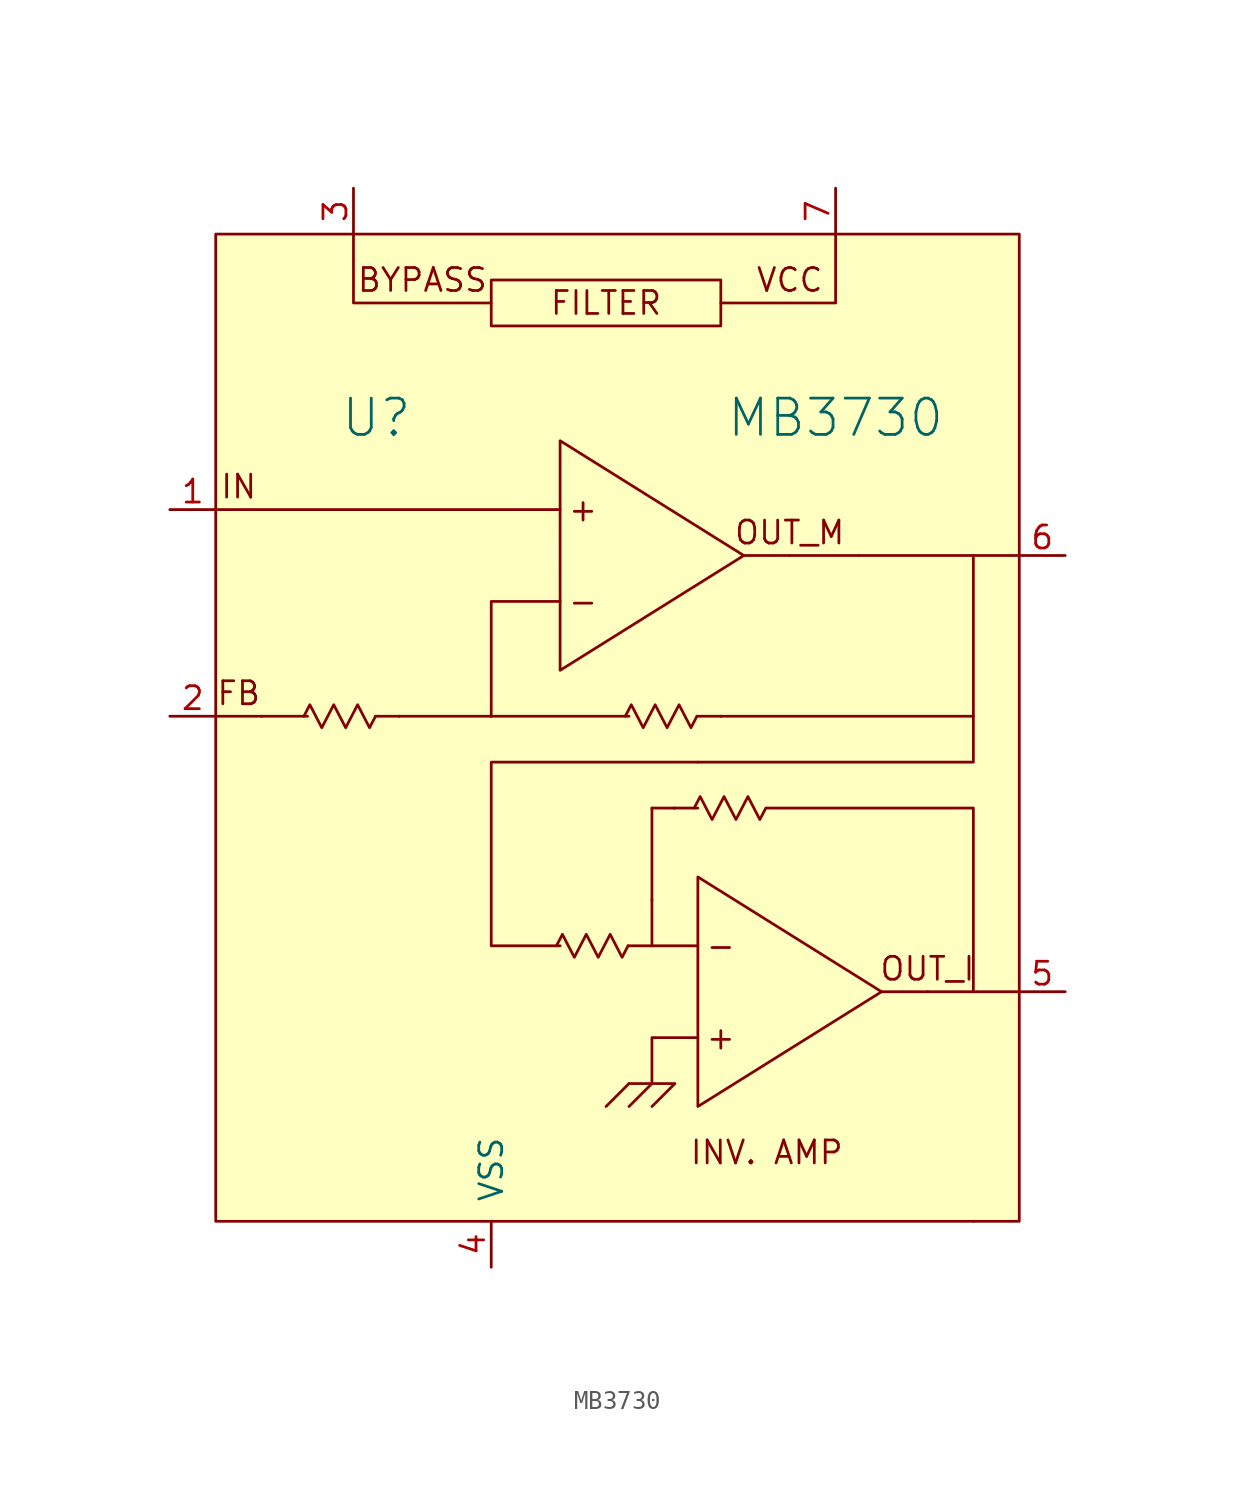
<source format=kicad_sym>
(kicad_symbol_lib
  (version 20211014)
  (generator kicad_symbol_editor)
  (symbol "MB3730"
    (pin_names
      (offset 1.016))
    (property "Reference" "U"
      (at -12.7 17.78 0)
      (effects (font (size 2.007 2.007))))
    (property "Value" "MB3730"
      (at 12.7 17.78 0)
      (effects (font (size 2.007 2.007))))
    (symbol "MB3730_0_0"
      (rectangle (start -6.35 25.4) (end 6.35 22.86) (stroke (width 0) (type default) (color 0 0 0 0)) (fill (type none)))
      (polyline (pts (xy -2.54 12.7) (xy -21.59 12.7)) (stroke (width 0) (type default) (color 0 0 0 0)) (fill (type none)))
      (polyline (pts (xy 1.27 -20.32) (xy 2.54 -19.05)) (stroke (width 0) (type default) (color 0 0 0 0)) (fill (type none)))
      (polyline (pts (xy 1.27 -19.05) (xy 0 -20.32)) (stroke (width 0) (type default) (color 0 0 0 0)) (fill (type none)))
      (polyline (pts (xy 2.54 -11.43) (xy 5.08 -11.43)) (stroke (width 0) (type default) (color 0 0 0 0)) (fill (type none)))
      (polyline (pts (xy 2.54 -8.89) (xy 2.54 -11.43)) (stroke (width 0) (type default) (color 0 0 0 0)) (fill (type none)))
      (polyline (pts (xy 2.54 -8.89) (xy 2.54 -3.81)) (stroke (width 0) (type default) (color 0 0 0 0)) (fill (type none)))
      (polyline (pts (xy 3.81 -3.81) (xy 2.54 -3.81)) (stroke (width 0) (type default) (color 0 0 0 0)) (fill (type none)))
      (polyline (pts (xy 10.16 10.16) (xy 7.62 10.16)) (stroke (width 0) (type default) (color 0 0 0 0)) (fill (type none)))
      (polyline (pts (xy 13.97 10.16) (xy 10.16 10.16)) (stroke (width 0) (type default) (color 0 0 0 0)) (fill (type none)))
      (polyline (pts (xy 17.78 -13.97) (xy 15.24 -13.97)) (stroke (width 0) (type default) (color 0 0 0 0)) (fill (type none)))
      (polyline (pts (xy 20.32 -13.97) (xy 22.86 -13.97)) (stroke (width 0) (type default) (color 0 0 0 0)) (fill (type none)))
      (polyline (pts (xy 20.32 1.27) (xy 20.32 10.16)) (stroke (width 0) (type default) (color 0 0 0 0)) (fill (type none)))
      (polyline (pts (xy 20.32 10.16) (xy 13.97 10.16)) (stroke (width 0) (type default) (color 0 0 0 0)) (fill (type none)))
      (polyline (pts (xy 20.32 10.16) (xy 22.86 10.16)) (stroke (width 0) (type default) (color 0 0 0 0)) (fill (type none)))
      (polyline (pts (xy -6.35 24.13) (xy -13.97 24.13) (xy -13.97 27.94)) (stroke (width 0) (type default) (color 0 0 0 0)) (fill (type none)))
      (polyline (pts (xy 12.7 27.94) (xy 12.7 24.13) (xy 6.35 24.13)) (stroke (width 0) (type default) (color 0 0 0 0)) (fill (type none)))
      (polyline (pts (xy -13.97 27.94) (xy -21.59 27.94) (xy -21.59 -26.67) (xy 20.32 -26.67)) (stroke (width 0) (type default) (color 0 0 0 0)) (fill (type background)))
      (polyline (pts (xy 5.08 -1.27) (xy -6.35 -1.27) (xy -6.35 -11.43) (xy -2.54 -11.43)) (stroke (width 0) (type default) (color 0 0 0 0)) (fill (type none)))
      (polyline (pts (xy 5.08 -1.27) (xy 20.32 -1.27) (xy 20.32 1.27) (xy 6.35 1.27)) (stroke (width 0) (type default) (color 0 0 0 0)) (fill (type none)))
      (polyline (pts (xy 8.89 -3.81) (xy 20.32 -3.81) (xy 20.32 -13.97) (xy 17.78 -13.97)) (stroke (width 0) (type default) (color 0 0 0 0)) (fill (type none)))
      (polyline (pts (xy 20.32 -26.67) (xy 22.86 -26.67) (xy 22.86 27.94) (xy -13.97 27.94)) (stroke (width 0) (type default) (color 0 0 0 0)) (fill (type background)))
      (polyline (pts (xy 5.08 -16.51) (xy 2.54 -16.51) (xy 2.54 -19.05) (xy 1.27 -19.05) (xy 2.54 -19.05) (xy 3.81 -19.05) (xy 2.54 -20.32)) (stroke (width 0) (type default) (color 0 0 0 0)) (fill (type none)))
      (text "+" (at -1.27 12.7 0) (effects (font (size 1.27 1.27))))
      (text "+" (at 6.35 -16.51 0) (effects (font (size 1.27 1.27))))
      (text "-" (at -1.27 7.62 0) (effects (font (size 1.27 1.27))))
      (text "-" (at 6.35 -11.43 0) (effects (font (size 1.27 1.27))))
      (text "BYPASS" (at -10.16 25.4 0) (effects (font (size 1.27 1.27))))
      (text "FB" (at -20.32 2.54 0) (effects (font (size 1.27 1.27))))
      (text "FILTER" (at 0 24.13 0) (effects (font (size 1.27 1.27))))
      (text "IN" (at -20.32 13.97 0) (effects (font (size 1.27 1.27))))
      (text "INV. AMP" (at 8.89 -22.86 0) (effects (font (size 1.27 1.27))))
      (text "OUT_I" (at 17.78 -12.7 0) (effects (font (size 1.27 1.27))))
      (text "OUT_M" (at 10.16 11.43 0) (effects (font (size 1.27 1.27))))
      (text "VCC" (at 10.16 25.4 0) (effects (font (size 1.27 1.27)))))
    (symbol "MB3730_0_1"
      (polyline (pts (xy -21.59 1.27) (xy -19.05 1.27)) (stroke (width 0) (type default) (color 0 0 0 0)) (fill (type none)))
      (polyline (pts (xy -16.51 1.27) (xy -19.05 1.27)) (stroke (width 0) (type default) (color 0 0 0 0)) (fill (type none)))
      (polyline (pts (xy -6.35 1.27) (xy -11.43 1.27)) (stroke (width 0) (type default) (color 0 0 0 0)) (fill (type none)))
      (polyline (pts (xy -6.35 1.27) (xy 1.27 1.27)) (stroke (width 0) (type default) (color 0 0 0 0)) (fill (type none)))
      (polyline (pts (xy -2.54 7.62) (xy -6.35 7.62) (xy -6.35 1.27)) (stroke (width 0) (type default) (color 0 0 0 0)) (fill (type none))))
    (symbol "MB3730_1_1"
      (polyline (pts (xy -12.751 1.27) (xy -11.43 1.27)) (stroke (width 0) (type default) (color 0 0 0 0)) (fill (type none)))
      (polyline (pts (xy 1.219 -11.43) (xy 2.54 -11.43)) (stroke (width 0) (type default) (color 0 0 0 0)) (fill (type none)))
      (polyline (pts (xy 3.759 -3.81) (xy 5.08 -3.81)) (stroke (width 0) (type default) (color 0 0 0 0)) (fill (type none)))
      (polyline (pts (xy 5.029 1.27) (xy 6.35 1.27)) (stroke (width 0) (type default) (color 0 0 0 0)) (fill (type none)))
      (polyline (pts (xy 7.62 10.16) (xy -2.54 3.81) (xy -2.54 16.51) (xy 7.62 10.16)) (stroke (width 0) (type default) (color 0 0 0 0)) (fill (type none)))
      (polyline (pts (xy 15.24 -13.97) (xy 5.08 -20.32) (xy 5.08 -7.62) (xy 15.24 -13.97)) (stroke (width 0) (type default) (color 0 0 0 0)) (fill (type background)))
      (polyline (pts (xy -16.713 1.27) (xy -16.383 1.905) (xy -15.723 0.635) (xy -15.062 1.905) (xy -14.402 0.635) (xy -13.741 1.905) (xy -13.081 0.635) (xy -12.751 1.27)) (stroke (width 0) (type default) (color 0 0 0 0)) (fill (type none)))
      (polyline (pts (xy -2.743 -11.43) (xy -2.413 -10.795) (xy -1.753 -12.065) (xy -1.092 -10.795) (xy -0.432 -12.065) (xy 0.229 -10.795) (xy 0.889 -12.065) (xy 1.219 -11.43)) (stroke (width 0) (type default) (color 0 0 0 0)) (fill (type none)))
      (polyline (pts (xy 1.067 1.27) (xy 1.397 1.905) (xy 2.057 0.635) (xy 2.718 1.905) (xy 3.378 0.635) (xy 4.039 1.905) (xy 4.699 0.635) (xy 5.029 1.27)) (stroke (width 0) (type default) (color 0 0 0 0)) (fill (type none)))
      (polyline (pts (xy 4.877 -3.81) (xy 5.207 -3.175) (xy 5.867 -4.445) (xy 6.528 -3.175) (xy 7.188 -4.445) (xy 7.849 -3.175) (xy 8.509 -4.445) (xy 8.839 -3.81)) (stroke (width 0) (type default) (color 0 0 0 0)) (fill (type none)))
      (pin input line (at -24.13 12.7 0) (length 2.54) (name "~" (effects (font (size 1.27 1.27)))) (number "1" (effects (font (size 1.27 1.27)))))
      (pin input line (at -24.13 1.27 0) (length 2.54) (name "~" (effects (font (size 1.27 1.27)))) (number "2" (effects (font (size 1.27 1.27)))))
      (pin input line (at -13.97 30.48 270) (length 2.54) (name "~" (effects (font (size 1.27 1.27)))) (number "3" (effects (font (size 1.27 1.27)))))
      (pin power_in line (at -6.35 -29.21 90) (length 2.54) (name "VSS" (effects (font (size 1.27 1.27)))) (number "4" (effects (font (size 1.27 1.27)))))
      (pin output line (at 25.4 -13.97 180) (length 2.54) (name "~" (effects (font (size 1.27 1.27)))) (number "5" (effects (font (size 1.27 1.27)))))
      (pin output line (at 25.4 10.16 180) (length 2.54) (name "~" (effects (font (size 1.27 1.27)))) (number "6" (effects (font (size 1.27 1.27)))))
      (pin power_in line (at 12.7 30.48 270) (length 2.54) (name "~" (effects (font (size 1.27 1.27)))) (number "7" (effects (font (size 1.27 1.27))))))))
</source>
